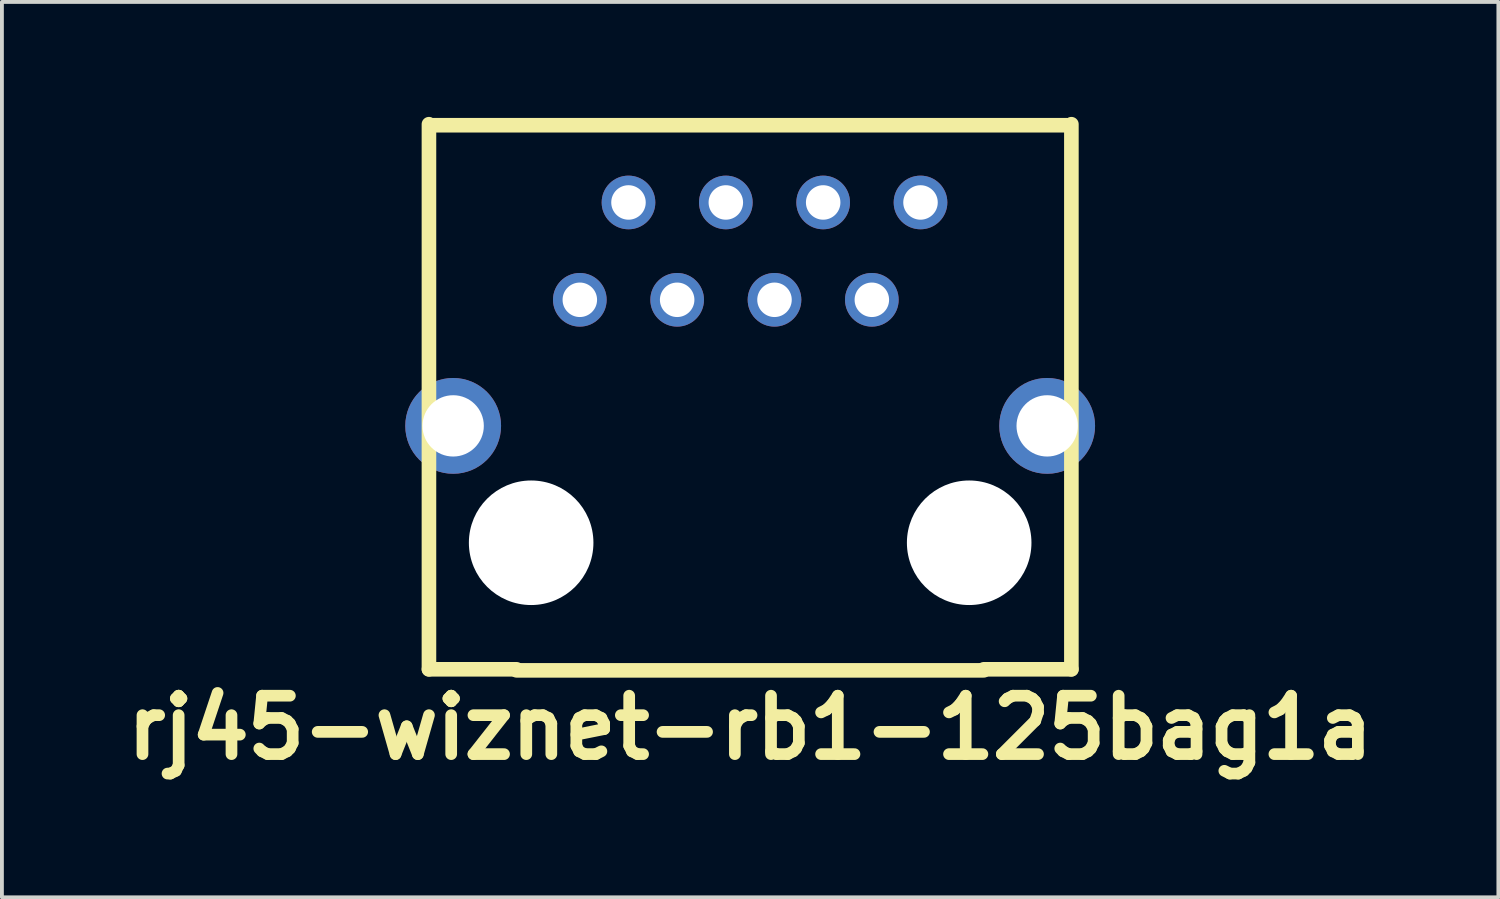
<source format=kicad_pcb>
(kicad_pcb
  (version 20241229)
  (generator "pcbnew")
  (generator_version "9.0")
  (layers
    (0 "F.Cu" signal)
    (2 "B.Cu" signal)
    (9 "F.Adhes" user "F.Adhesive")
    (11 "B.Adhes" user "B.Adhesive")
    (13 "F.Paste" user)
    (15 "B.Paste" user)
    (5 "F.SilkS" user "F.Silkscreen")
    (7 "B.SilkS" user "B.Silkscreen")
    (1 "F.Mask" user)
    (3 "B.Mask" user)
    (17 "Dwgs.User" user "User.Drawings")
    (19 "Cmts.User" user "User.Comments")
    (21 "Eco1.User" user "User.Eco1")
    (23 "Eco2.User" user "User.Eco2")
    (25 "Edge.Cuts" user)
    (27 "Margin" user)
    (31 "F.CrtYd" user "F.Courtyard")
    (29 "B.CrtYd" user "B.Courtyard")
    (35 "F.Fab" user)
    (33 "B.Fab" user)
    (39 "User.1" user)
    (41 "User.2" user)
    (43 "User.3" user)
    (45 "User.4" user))
  (footprint "rj45-wiznet-rb1-125bag1a"
    (layer "F.Cu")
    (at 16.525 11.113)
    (property "Reference" "rj45-wiznet-rb1-125bag1a" (at 0 4.826 0) (layer "F.SilkS") (effects (font (size 1.524 1.524) (thickness 0.305))))
    (attr through_hole)
    (fp_line (start -8.382 -10.922) (end -8.382 3.302) (stroke (width 0.381) (type solid)) (layer "F.SilkS"))
    (fp_line (start -8.382 3.302) (end -6.096 3.302) (stroke (width 0.381) (type solid)) (layer "F.SilkS"))
    (fp_line (start -8.255 -10.895) (end 8.255 -10.895) (stroke (width 0.381) (type solid)) (layer "F.SilkS"))
    (fp_line (start -6.096 3.329) (end 6.096 3.329) (stroke (width 0.381) (type solid)) (layer "F.SilkS"))
    (fp_line (start 8.382 -10.922) (end 8.382 3.302) (stroke (width 0.381) (type solid)) (layer "F.SilkS"))
    (fp_line (start 8.382 3.302) (end 6.096 3.302) (stroke (width 0.381) (type solid)) (layer "F.SilkS"))
    (pad "" np_thru_hole circle (at -5.715 0) (size 3.25 3.25) (drill 3.25) (layers "*.Cu"))
    (pad "" np_thru_hole circle (at 5.715 0) (size 3.25 3.25) (drill 3.25) (layers "*.Cu"))
    (pad "1" thru_hole circle (at -4.445 -6.34) (size 1.4 1.4) (drill 0.9) (layers "*.Cu" "*.Mask"))
    (pad "2" thru_hole circle (at -3.175 -8.88) (size 1.4 1.4) (drill 0.9) (layers "*.Cu" "*.Mask"))
    (pad "3" thru_hole circle (at -1.905 -6.34) (size 1.4 1.4) (drill 0.9) (layers "*.Cu" "*.Mask"))
    (pad "4" thru_hole circle (at -0.635 -8.88) (size 1.4 1.4) (drill 0.9) (layers "*.Cu" "*.Mask"))
    (pad "5" thru_hole circle (at 0.635 -6.34) (size 1.4 1.4) (drill 0.9) (layers "*.Cu" "*.Mask"))
    (pad "6" thru_hole circle (at 1.905 -8.88) (size 1.4 1.4) (drill 0.9) (layers "*.Cu" "*.Mask"))
    (pad "7" thru_hole circle (at 3.175 -6.34) (size 1.4 1.4) (drill 0.9) (layers "*.Cu" "*.Mask"))
    (pad "8" thru_hole circle (at 4.445 -8.88) (size 1.4 1.4) (drill 0.9) (layers "*.Cu" "*.Mask"))
    (pad "13" thru_hole circle (at -7.75 -3.05) (size 2.5 2.5) (drill 1.6) (layers "*.Cu" "*.Mask"))
    (pad "13" thru_hole circle (at 7.75 -3.05) (size 2.5 2.5) (drill 1.6) (layers "*.Cu" "*.Mask")))
  (gr_rect
    (start -3 -3)
    (end 36.049 20.365)
    (stroke (width 0.1) (type default))
    (fill no)
    (layer "Edge.Cuts")))
</source>
